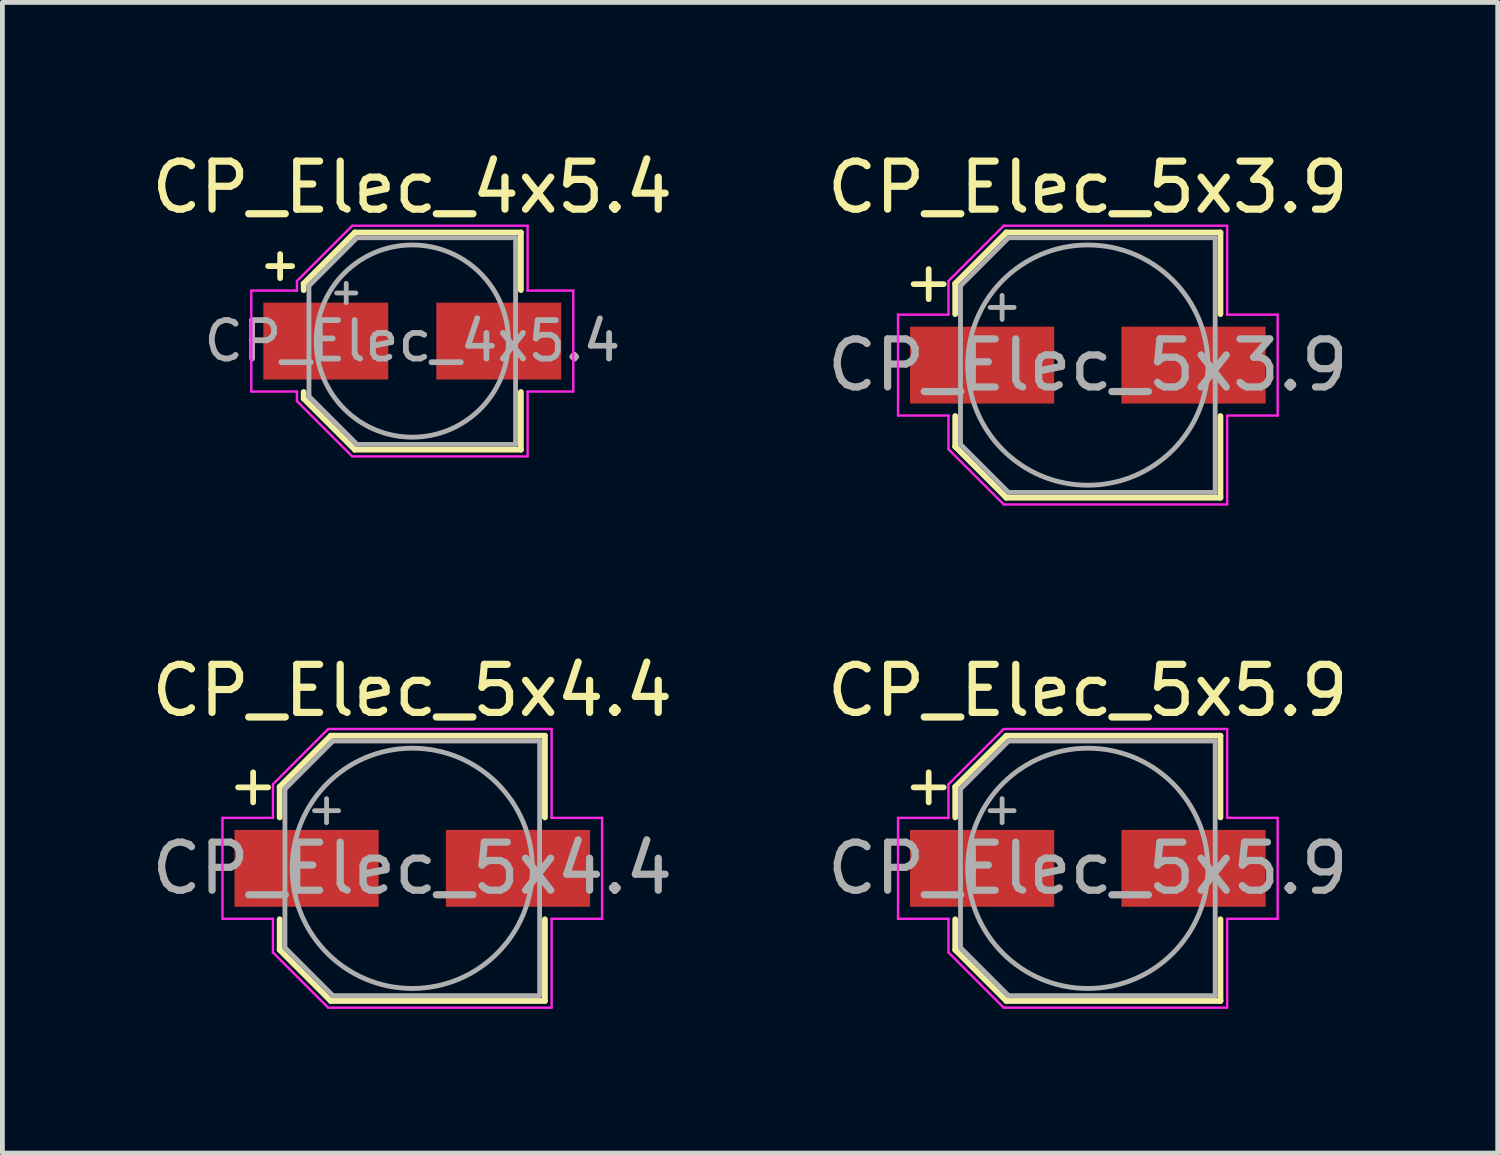
<source format=kicad_pcb>
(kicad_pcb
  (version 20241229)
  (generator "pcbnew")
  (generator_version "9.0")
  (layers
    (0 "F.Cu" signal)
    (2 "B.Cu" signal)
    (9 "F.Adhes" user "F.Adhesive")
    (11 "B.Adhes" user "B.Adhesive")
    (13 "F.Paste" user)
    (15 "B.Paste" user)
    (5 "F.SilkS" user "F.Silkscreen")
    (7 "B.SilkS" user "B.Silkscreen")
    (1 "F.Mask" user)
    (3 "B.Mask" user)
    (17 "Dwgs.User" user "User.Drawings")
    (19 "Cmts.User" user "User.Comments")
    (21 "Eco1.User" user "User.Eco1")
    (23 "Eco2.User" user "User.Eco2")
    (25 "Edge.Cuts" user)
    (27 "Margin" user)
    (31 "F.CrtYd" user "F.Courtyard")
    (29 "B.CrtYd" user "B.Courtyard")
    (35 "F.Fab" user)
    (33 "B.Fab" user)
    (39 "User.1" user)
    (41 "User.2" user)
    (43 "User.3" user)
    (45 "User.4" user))
  (footprint "CP_Elec_5x4.4"
    (layer "F.Cu")
    (at 5.53 15.021)
    (property "Reference" "CP_Elec_5x4.4" (at 0 -3.7 0) (layer "F.SilkS") (effects (font (size 1 1) (thickness 0.15))))
    (attr smd)
    (fp_line (start -3.625 -1.685) (end -3 -1.685) (stroke (width 0.12) (type solid)) (layer "F.SilkS"))
    (fp_line (start -3.312 -1.998) (end -3.312 -1.373) (stroke (width 0.12) (type solid)) (layer "F.SilkS"))
    (fp_line (start -2.76 -1.696) (end -2.76 -1.06) (stroke (width 0.12) (type solid)) (layer "F.SilkS"))
    (fp_line (start -2.76 -1.696) (end -1.696 -2.76) (stroke (width 0.12) (type solid)) (layer "F.SilkS"))
    (fp_line (start -2.76 1.696) (end -2.76 1.06) (stroke (width 0.12) (type solid)) (layer "F.SilkS"))
    (fp_line (start -2.76 1.696) (end -1.696 2.76) (stroke (width 0.12) (type solid)) (layer "F.SilkS"))
    (fp_line (start -1.696 -2.76) (end 2.76 -2.76) (stroke (width 0.12) (type solid)) (layer "F.SilkS"))
    (fp_line (start -1.696 2.76) (end 2.76 2.76) (stroke (width 0.12) (type solid)) (layer "F.SilkS"))
    (fp_line (start 2.76 -2.76) (end 2.76 -1.06) (stroke (width 0.12) (type solid)) (layer "F.SilkS"))
    (fp_line (start 2.76 2.76) (end 2.76 1.06) (stroke (width 0.12) (type solid)) (layer "F.SilkS"))
    (fp_line (start -3.95 -1.05) (end -3.95 1.05) (stroke (width 0.05) (type solid)) (layer "F.CrtYd"))
    (fp_line (start -3.95 1.05) (end -2.9 1.05) (stroke (width 0.05) (type solid)) (layer "F.CrtYd"))
    (fp_line (start -2.9 -1.75) (end -2.9 -1.05) (stroke (width 0.05) (type solid)) (layer "F.CrtYd"))
    (fp_line (start -2.9 -1.75) (end -1.75 -2.9) (stroke (width 0.05) (type solid)) (layer "F.CrtYd"))
    (fp_line (start -2.9 -1.05) (end -3.95 -1.05) (stroke (width 0.05) (type solid)) (layer "F.CrtYd"))
    (fp_line (start -2.9 1.05) (end -2.9 1.75) (stroke (width 0.05) (type solid)) (layer "F.CrtYd"))
    (fp_line (start -2.9 1.75) (end -1.75 2.9) (stroke (width 0.05) (type solid)) (layer "F.CrtYd"))
    (fp_line (start -1.75 -2.9) (end 2.9 -2.9) (stroke (width 0.05) (type solid)) (layer "F.CrtYd"))
    (fp_line (start -1.75 2.9) (end 2.9 2.9) (stroke (width 0.05) (type solid)) (layer "F.CrtYd"))
    (fp_line (start 2.9 -2.9) (end 2.9 -1.05) (stroke (width 0.05) (type solid)) (layer "F.CrtYd"))
    (fp_line (start 2.9 -1.05) (end 3.95 -1.05) (stroke (width 0.05) (type solid)) (layer "F.CrtYd"))
    (fp_line (start 2.9 1.05) (end 2.9 2.9) (stroke (width 0.05) (type solid)) (layer "F.CrtYd"))
    (fp_line (start 3.95 -1.05) (end 3.95 1.05) (stroke (width 0.05) (type solid)) (layer "F.CrtYd"))
    (fp_line (start 3.95 1.05) (end 2.9 1.05) (stroke (width 0.05) (type solid)) (layer "F.CrtYd"))
    (fp_line (start -2.65 -1.65) (end -2.65 1.65) (stroke (width 0.1) (type solid)) (layer "F.Fab"))
    (fp_line (start -2.65 -1.65) (end -1.65 -2.65) (stroke (width 0.1) (type solid)) (layer "F.Fab"))
    (fp_line (start -2.65 1.65) (end -1.65 2.65) (stroke (width 0.1) (type solid)) (layer "F.Fab"))
    (fp_line (start -2.034 -1.2) (end -1.534 -1.2) (stroke (width 0.1) (type solid)) (layer "F.Fab"))
    (fp_line (start -1.784 -1.45) (end -1.784 -0.95) (stroke (width 0.1) (type solid)) (layer "F.Fab"))
    (fp_line (start -1.65 -2.65) (end 2.65 -2.65) (stroke (width 0.1) (type solid)) (layer "F.Fab"))
    (fp_line (start -1.65 2.65) (end 2.65 2.65) (stroke (width 0.1) (type solid)) (layer "F.Fab"))
    (fp_line (start 2.65 -2.65) (end 2.65 2.65) (stroke (width 0.1) (type solid)) (layer "F.Fab"))
    (fp_circle (center 0 0) (end 2.5 0) (stroke (width 0.1) (type solid)) (fill no) (layer "F.Fab"))
    (fp_text user "${REFERENCE}" (at 0 0 0) (layer "F.Fab") (effects (font (size 1 1) (thickness 0.15))))
    (pad "1" smd rect (at -2.2 0) (size 3 1.6) (layers "F.Cu" "F.Mask" "F.Paste"))
    (pad "2" smd rect (at 2.2 0) (size 3 1.6) (layers "F.Cu" "F.Mask" "F.Paste")))
  (footprint "CP_Elec_5x5.9"
    (layer "F.Cu")
    (at 19.589 15.021)
    (property "Reference" "CP_Elec_5x5.9" (at 0 -3.7 0) (layer "F.SilkS") (effects (font (size 1 1) (thickness 0.15))))
    (attr smd)
    (fp_line (start -3.625 -1.685) (end -3 -1.685) (stroke (width 0.12) (type solid)) (layer "F.SilkS"))
    (fp_line (start -3.312 -1.998) (end -3.312 -1.373) (stroke (width 0.12) (type solid)) (layer "F.SilkS"))
    (fp_line (start -2.76 -1.696) (end -2.76 -1.06) (stroke (width 0.12) (type solid)) (layer "F.SilkS"))
    (fp_line (start -2.76 -1.696) (end -1.696 -2.76) (stroke (width 0.12) (type solid)) (layer "F.SilkS"))
    (fp_line (start -2.76 1.696) (end -2.76 1.06) (stroke (width 0.12) (type solid)) (layer "F.SilkS"))
    (fp_line (start -2.76 1.696) (end -1.696 2.76) (stroke (width 0.12) (type solid)) (layer "F.SilkS"))
    (fp_line (start -1.696 -2.76) (end 2.76 -2.76) (stroke (width 0.12) (type solid)) (layer "F.SilkS"))
    (fp_line (start -1.696 2.76) (end 2.76 2.76) (stroke (width 0.12) (type solid)) (layer "F.SilkS"))
    (fp_line (start 2.76 -2.76) (end 2.76 -1.06) (stroke (width 0.12) (type solid)) (layer "F.SilkS"))
    (fp_line (start 2.76 2.76) (end 2.76 1.06) (stroke (width 0.12) (type solid)) (layer "F.SilkS"))
    (fp_line (start -3.95 -1.05) (end -3.95 1.05) (stroke (width 0.05) (type solid)) (layer "F.CrtYd"))
    (fp_line (start -3.95 1.05) (end -2.9 1.05) (stroke (width 0.05) (type solid)) (layer "F.CrtYd"))
    (fp_line (start -2.9 -1.75) (end -2.9 -1.05) (stroke (width 0.05) (type solid)) (layer "F.CrtYd"))
    (fp_line (start -2.9 -1.75) (end -1.75 -2.9) (stroke (width 0.05) (type solid)) (layer "F.CrtYd"))
    (fp_line (start -2.9 -1.05) (end -3.95 -1.05) (stroke (width 0.05) (type solid)) (layer "F.CrtYd"))
    (fp_line (start -2.9 1.05) (end -2.9 1.75) (stroke (width 0.05) (type solid)) (layer "F.CrtYd"))
    (fp_line (start -2.9 1.75) (end -1.75 2.9) (stroke (width 0.05) (type solid)) (layer "F.CrtYd"))
    (fp_line (start -1.75 -2.9) (end 2.9 -2.9) (stroke (width 0.05) (type solid)) (layer "F.CrtYd"))
    (fp_line (start -1.75 2.9) (end 2.9 2.9) (stroke (width 0.05) (type solid)) (layer "F.CrtYd"))
    (fp_line (start 2.9 -2.9) (end 2.9 -1.05) (stroke (width 0.05) (type solid)) (layer "F.CrtYd"))
    (fp_line (start 2.9 -1.05) (end 3.95 -1.05) (stroke (width 0.05) (type solid)) (layer "F.CrtYd"))
    (fp_line (start 2.9 1.05) (end 2.9 2.9) (stroke (width 0.05) (type solid)) (layer "F.CrtYd"))
    (fp_line (start 3.95 -1.05) (end 3.95 1.05) (stroke (width 0.05) (type solid)) (layer "F.CrtYd"))
    (fp_line (start 3.95 1.05) (end 2.9 1.05) (stroke (width 0.05) (type solid)) (layer "F.CrtYd"))
    (fp_line (start -2.65 -1.65) (end -2.65 1.65) (stroke (width 0.1) (type solid)) (layer "F.Fab"))
    (fp_line (start -2.65 -1.65) (end -1.65 -2.65) (stroke (width 0.1) (type solid)) (layer "F.Fab"))
    (fp_line (start -2.65 1.65) (end -1.65 2.65) (stroke (width 0.1) (type solid)) (layer "F.Fab"))
    (fp_line (start -2.034 -1.2) (end -1.534 -1.2) (stroke (width 0.1) (type solid)) (layer "F.Fab"))
    (fp_line (start -1.784 -1.45) (end -1.784 -0.95) (stroke (width 0.1) (type solid)) (layer "F.Fab"))
    (fp_line (start -1.65 -2.65) (end 2.65 -2.65) (stroke (width 0.1) (type solid)) (layer "F.Fab"))
    (fp_line (start -1.65 2.65) (end 2.65 2.65) (stroke (width 0.1) (type solid)) (layer "F.Fab"))
    (fp_line (start 2.65 -2.65) (end 2.65 2.65) (stroke (width 0.1) (type solid)) (layer "F.Fab"))
    (fp_circle (center 0 0) (end 2.5 0) (stroke (width 0.1) (type solid)) (fill no) (layer "F.Fab"))
    (fp_text user "${REFERENCE}" (at 0 0 0) (layer "F.Fab") (effects (font (size 1 1) (thickness 0.15))))
    (pad "1" smd rect (at -2.2 0) (size 3 1.6) (layers "F.Cu" "F.Mask" "F.Paste"))
    (pad "2" smd rect (at 2.2 0) (size 3 1.6) (layers "F.Cu" "F.Mask" "F.Paste")))
  (footprint "CP_Elec_5x3.9"
    (layer "F.Cu")
    (at 19.589 4.548)
    (property "Reference" "CP_Elec_5x3.9" (at 0 -3.7 0) (layer "F.SilkS") (effects (font (size 1 1) (thickness 0.15))))
    (attr smd)
    (fp_line (start -3.625 -1.685) (end -3 -1.685) (stroke (width 0.12) (type solid)) (layer "F.SilkS"))
    (fp_line (start -3.312 -1.998) (end -3.312 -1.373) (stroke (width 0.12) (type solid)) (layer "F.SilkS"))
    (fp_line (start -2.76 -1.696) (end -2.76 -1.06) (stroke (width 0.12) (type solid)) (layer "F.SilkS"))
    (fp_line (start -2.76 -1.696) (end -1.696 -2.76) (stroke (width 0.12) (type solid)) (layer "F.SilkS"))
    (fp_line (start -2.76 1.696) (end -2.76 1.06) (stroke (width 0.12) (type solid)) (layer "F.SilkS"))
    (fp_line (start -2.76 1.696) (end -1.696 2.76) (stroke (width 0.12) (type solid)) (layer "F.SilkS"))
    (fp_line (start -1.696 -2.76) (end 2.76 -2.76) (stroke (width 0.12) (type solid)) (layer "F.SilkS"))
    (fp_line (start -1.696 2.76) (end 2.76 2.76) (stroke (width 0.12) (type solid)) (layer "F.SilkS"))
    (fp_line (start 2.76 -2.76) (end 2.76 -1.06) (stroke (width 0.12) (type solid)) (layer "F.SilkS"))
    (fp_line (start 2.76 2.76) (end 2.76 1.06) (stroke (width 0.12) (type solid)) (layer "F.SilkS"))
    (fp_line (start -3.95 -1.05) (end -3.95 1.05) (stroke (width 0.05) (type solid)) (layer "F.CrtYd"))
    (fp_line (start -3.95 1.05) (end -2.9 1.05) (stroke (width 0.05) (type solid)) (layer "F.CrtYd"))
    (fp_line (start -2.9 -1.75) (end -2.9 -1.05) (stroke (width 0.05) (type solid)) (layer "F.CrtYd"))
    (fp_line (start -2.9 -1.75) (end -1.75 -2.9) (stroke (width 0.05) (type solid)) (layer "F.CrtYd"))
    (fp_line (start -2.9 -1.05) (end -3.95 -1.05) (stroke (width 0.05) (type solid)) (layer "F.CrtYd"))
    (fp_line (start -2.9 1.05) (end -2.9 1.75) (stroke (width 0.05) (type solid)) (layer "F.CrtYd"))
    (fp_line (start -2.9 1.75) (end -1.75 2.9) (stroke (width 0.05) (type solid)) (layer "F.CrtYd"))
    (fp_line (start -1.75 -2.9) (end 2.9 -2.9) (stroke (width 0.05) (type solid)) (layer "F.CrtYd"))
    (fp_line (start -1.75 2.9) (end 2.9 2.9) (stroke (width 0.05) (type solid)) (layer "F.CrtYd"))
    (fp_line (start 2.9 -2.9) (end 2.9 -1.05) (stroke (width 0.05) (type solid)) (layer "F.CrtYd"))
    (fp_line (start 2.9 -1.05) (end 3.95 -1.05) (stroke (width 0.05) (type solid)) (layer "F.CrtYd"))
    (fp_line (start 2.9 1.05) (end 2.9 2.9) (stroke (width 0.05) (type solid)) (layer "F.CrtYd"))
    (fp_line (start 3.95 -1.05) (end 3.95 1.05) (stroke (width 0.05) (type solid)) (layer "F.CrtYd"))
    (fp_line (start 3.95 1.05) (end 2.9 1.05) (stroke (width 0.05) (type solid)) (layer "F.CrtYd"))
    (fp_line (start -2.65 -1.65) (end -2.65 1.65) (stroke (width 0.1) (type solid)) (layer "F.Fab"))
    (fp_line (start -2.65 -1.65) (end -1.65 -2.65) (stroke (width 0.1) (type solid)) (layer "F.Fab"))
    (fp_line (start -2.65 1.65) (end -1.65 2.65) (stroke (width 0.1) (type solid)) (layer "F.Fab"))
    (fp_line (start -2.034 -1.2) (end -1.534 -1.2) (stroke (width 0.1) (type solid)) (layer "F.Fab"))
    (fp_line (start -1.784 -1.45) (end -1.784 -0.95) (stroke (width 0.1) (type solid)) (layer "F.Fab"))
    (fp_line (start -1.65 -2.65) (end 2.65 -2.65) (stroke (width 0.1) (type solid)) (layer "F.Fab"))
    (fp_line (start -1.65 2.65) (end 2.65 2.65) (stroke (width 0.1) (type solid)) (layer "F.Fab"))
    (fp_line (start 2.65 -2.65) (end 2.65 2.65) (stroke (width 0.1) (type solid)) (layer "F.Fab"))
    (fp_circle (center 0 0) (end 2.5 0) (stroke (width 0.1) (type solid)) (fill no) (layer "F.Fab"))
    (fp_text user "${REFERENCE}" (at 0 0 0) (layer "F.Fab") (effects (font (size 1 1) (thickness 0.15))))
    (pad "1" smd rect (at -2.2 0) (size 3 1.6) (layers "F.Cu" "F.Mask" "F.Paste"))
    (pad "2" smd rect (at 2.2 0) (size 3 1.6) (layers "F.Cu" "F.Mask" "F.Paste")))
  (footprint "CP_Elec_4x5.4"
    (layer "F.Cu")
    (at 5.53 4.048)
    (property "Reference" "CP_Elec_4x5.4" (at 0 -3.2 0) (layer "F.SilkS") (effects (font (size 1 1) (thickness 0.15))))
    (attr smd)
    (fp_line (start -3 -1.56) (end -2.5 -1.56) (stroke (width 0.12) (type solid)) (layer "F.SilkS"))
    (fp_line (start -2.75 -1.81) (end -2.75 -1.31) (stroke (width 0.12) (type solid)) (layer "F.SilkS"))
    (fp_line (start -2.26 -1.196) (end -2.26 -1.06) (stroke (width 0.12) (type solid)) (layer "F.SilkS"))
    (fp_line (start -2.26 -1.196) (end -1.196 -2.26) (stroke (width 0.12) (type solid)) (layer "F.SilkS"))
    (fp_line (start -2.26 1.196) (end -2.26 1.06) (stroke (width 0.12) (type solid)) (layer "F.SilkS"))
    (fp_line (start -2.26 1.196) (end -1.196 2.26) (stroke (width 0.12) (type solid)) (layer "F.SilkS"))
    (fp_line (start -1.196 -2.26) (end 2.26 -2.26) (stroke (width 0.12) (type solid)) (layer "F.SilkS"))
    (fp_line (start -1.196 2.26) (end 2.26 2.26) (stroke (width 0.12) (type solid)) (layer "F.SilkS"))
    (fp_line (start 2.26 -2.26) (end 2.26 -1.06) (stroke (width 0.12) (type solid)) (layer "F.SilkS"))
    (fp_line (start 2.26 2.26) (end 2.26 1.06) (stroke (width 0.12) (type solid)) (layer "F.SilkS"))
    (fp_line (start -3.35 -1.05) (end -3.35 1.05) (stroke (width 0.05) (type solid)) (layer "F.CrtYd"))
    (fp_line (start -3.35 1.05) (end -2.4 1.05) (stroke (width 0.05) (type solid)) (layer "F.CrtYd"))
    (fp_line (start -2.4 -1.25) (end -2.4 -1.05) (stroke (width 0.05) (type solid)) (layer "F.CrtYd"))
    (fp_line (start -2.4 -1.25) (end -1.25 -2.4) (stroke (width 0.05) (type solid)) (layer "F.CrtYd"))
    (fp_line (start -2.4 -1.05) (end -3.35 -1.05) (stroke (width 0.05) (type solid)) (layer "F.CrtYd"))
    (fp_line (start -2.4 1.05) (end -2.4 1.25) (stroke (width 0.05) (type solid)) (layer "F.CrtYd"))
    (fp_line (start -2.4 1.25) (end -1.25 2.4) (stroke (width 0.05) (type solid)) (layer "F.CrtYd"))
    (fp_line (start -1.25 -2.4) (end 2.4 -2.4) (stroke (width 0.05) (type solid)) (layer "F.CrtYd"))
    (fp_line (start -1.25 2.4) (end 2.4 2.4) (stroke (width 0.05) (type solid)) (layer "F.CrtYd"))
    (fp_line (start 2.4 -2.4) (end 2.4 -1.05) (stroke (width 0.05) (type solid)) (layer "F.CrtYd"))
    (fp_line (start 2.4 -1.05) (end 3.35 -1.05) (stroke (width 0.05) (type solid)) (layer "F.CrtYd"))
    (fp_line (start 2.4 1.05) (end 2.4 2.4) (stroke (width 0.05) (type solid)) (layer "F.CrtYd"))
    (fp_line (start 3.35 -1.05) (end 3.35 1.05) (stroke (width 0.05) (type solid)) (layer "F.CrtYd"))
    (fp_line (start 3.35 1.05) (end 2.4 1.05) (stroke (width 0.05) (type solid)) (layer "F.CrtYd"))
    (fp_line (start -2.15 -1.15) (end -2.15 1.15) (stroke (width 0.1) (type solid)) (layer "F.Fab"))
    (fp_line (start -2.15 -1.15) (end -1.15 -2.15) (stroke (width 0.1) (type solid)) (layer "F.Fab"))
    (fp_line (start -2.15 1.15) (end -1.15 2.15) (stroke (width 0.1) (type solid)) (layer "F.Fab"))
    (fp_line (start -1.575 -1) (end -1.175 -1) (stroke (width 0.1) (type solid)) (layer "F.Fab"))
    (fp_line (start -1.375 -1.2) (end -1.375 -0.8) (stroke (width 0.1) (type solid)) (layer "F.Fab"))
    (fp_line (start -1.15 -2.15) (end 2.15 -2.15) (stroke (width 0.1) (type solid)) (layer "F.Fab"))
    (fp_line (start -1.15 2.15) (end 2.15 2.15) (stroke (width 0.1) (type solid)) (layer "F.Fab"))
    (fp_line (start 2.15 -2.15) (end 2.15 2.15) (stroke (width 0.1) (type solid)) (layer "F.Fab"))
    (fp_circle (center 0 0) (end 2 0) (stroke (width 0.1) (type solid)) (fill no) (layer "F.Fab"))
    (fp_text user "${REFERENCE}" (at 0 0 0) (layer "F.Fab") (effects (font (size 0.8 0.8) (thickness 0.12))))
    (pad "1" smd rect (at -1.8 0) (size 2.6 1.6) (layers "F.Cu" "F.Mask" "F.Paste"))
    (pad "2" smd rect (at 1.8 0) (size 2.6 1.6) (layers "F.Cu" "F.Mask" "F.Paste")))
  (gr_rect
    (start -3 -3)
    (end 28.119 20.947)
    (stroke (width 0.1) (type default))
    (fill no)
    (layer "Edge.Cuts")))
</source>
